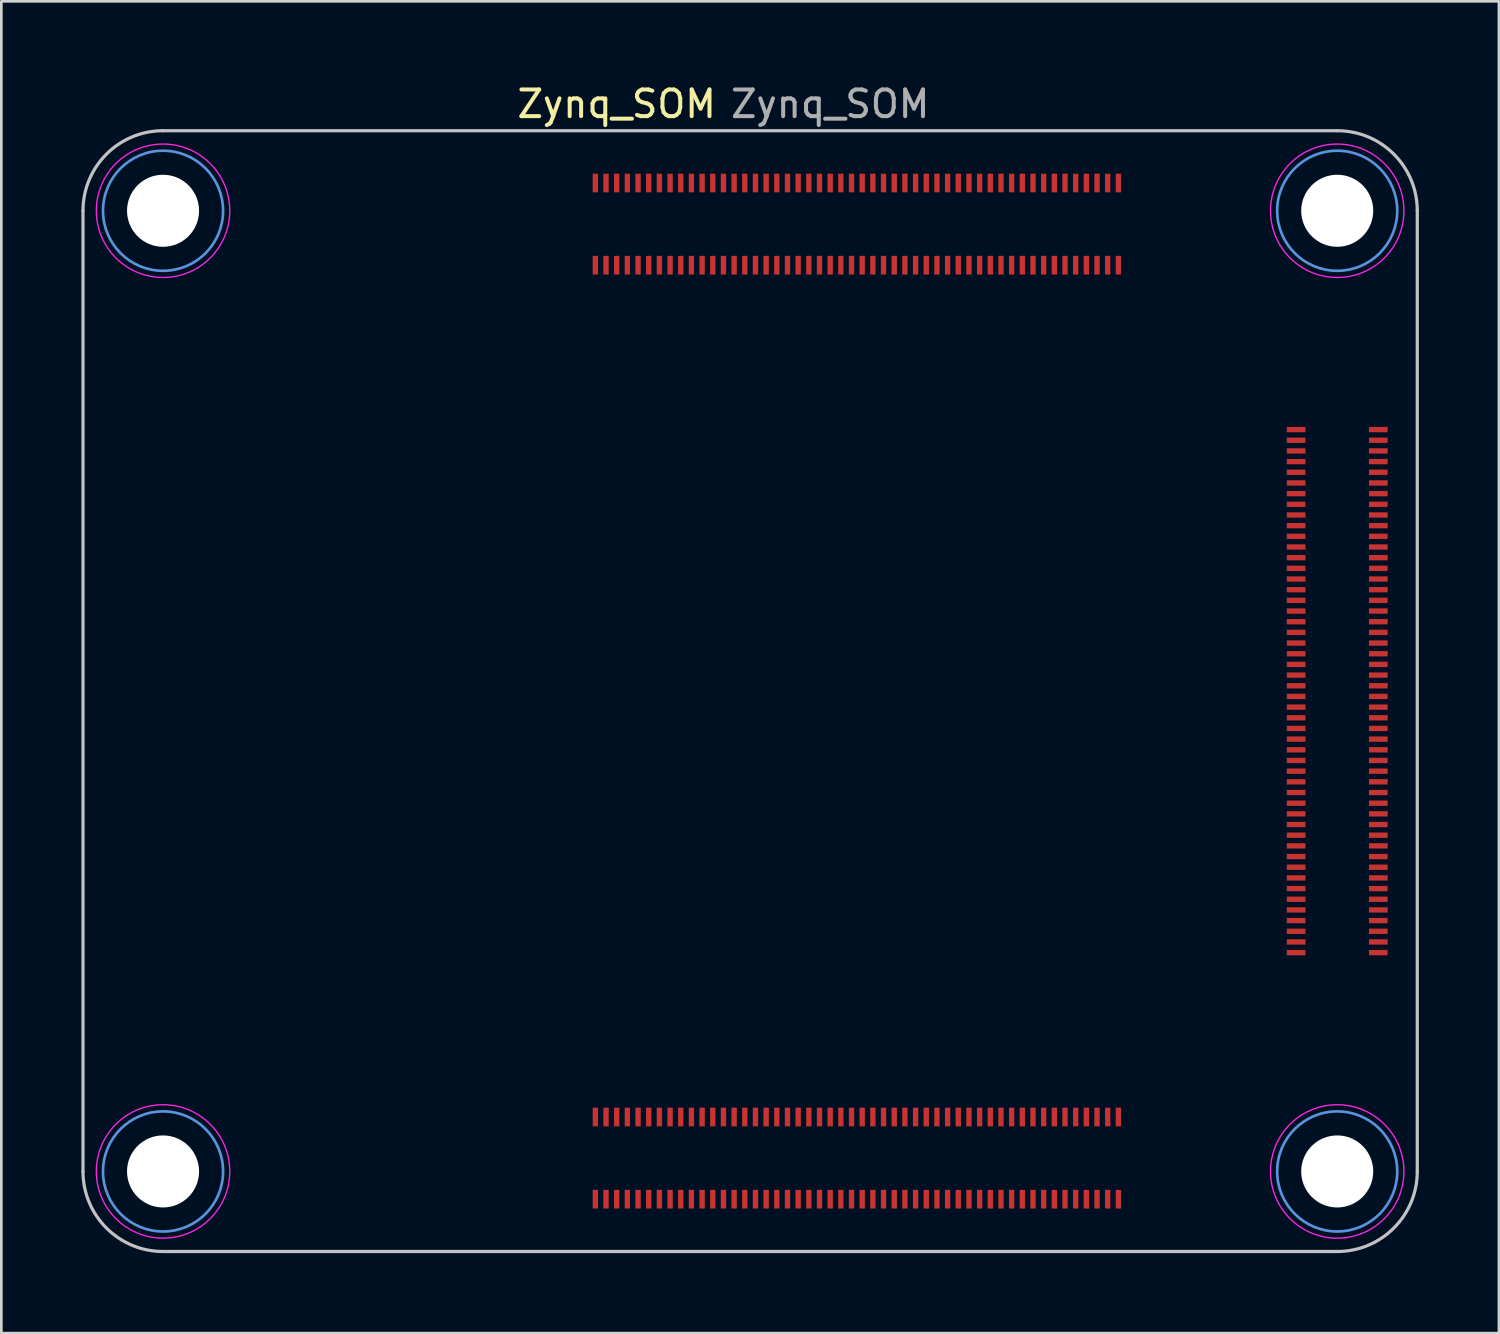
<source format=kicad_pcb>
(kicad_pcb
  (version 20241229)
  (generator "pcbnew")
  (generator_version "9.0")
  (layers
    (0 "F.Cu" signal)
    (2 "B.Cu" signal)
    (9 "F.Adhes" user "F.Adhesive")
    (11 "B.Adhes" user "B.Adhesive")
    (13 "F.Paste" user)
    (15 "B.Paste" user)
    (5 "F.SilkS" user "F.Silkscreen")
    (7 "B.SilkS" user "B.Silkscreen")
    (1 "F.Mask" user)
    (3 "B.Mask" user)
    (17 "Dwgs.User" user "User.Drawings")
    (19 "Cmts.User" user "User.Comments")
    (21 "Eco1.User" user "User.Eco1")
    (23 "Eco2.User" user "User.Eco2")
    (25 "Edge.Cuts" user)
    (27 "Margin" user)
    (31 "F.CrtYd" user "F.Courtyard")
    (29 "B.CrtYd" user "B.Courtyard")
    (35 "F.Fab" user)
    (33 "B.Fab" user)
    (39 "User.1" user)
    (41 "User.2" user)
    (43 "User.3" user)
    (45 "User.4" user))
  (footprint "Zynq_SOM"
    (layer "F.Cu")
    (at 29.06 22.848)
    (property "Reference" "Zynq_SOM" (at -9 -22 0) (unlocked yes) (layer "F.SilkS") (effects (font (size 1 1) (thickness 0.15))))
    (attr smd)
    (fp_circle (center -26 -18) (end -23.5 -18) (stroke (width 0.01) (type solid)) (fill yes) (layer "F.Mask"))
    (fp_circle (center -26 18) (end -23.5 18) (stroke (width 0.01) (type solid)) (fill yes) (layer "F.Mask"))
    (fp_circle (center 18 -18) (end 20.5 -18) (stroke (width 0.01) (type solid)) (fill yes) (layer "F.Mask"))
    (fp_circle (center 18 18) (end 20.5 18) (stroke (width 0.01) (type solid)) (fill yes) (layer "F.Mask"))
    (fp_circle (center -26 -18) (end -23.5 -18) (stroke (width 0.01) (type solid)) (fill yes) (layer "B.Mask"))
    (fp_circle (center -26 18) (end -23.5 18) (stroke (width 0.01) (type solid)) (fill yes) (layer "B.Mask"))
    (fp_circle (center 18 -18) (end 20.5 -18) (stroke (width 0.01) (type solid)) (fill yes) (layer "B.Mask"))
    (fp_circle (center 18 18) (end 20.5 18) (stroke (width 0.01) (type solid)) (fill yes) (layer "B.Mask"))
    (fp_line (start -29 18) (end -29 -18) (stroke (width 0.12) (type default)) (layer "Dwgs.User"))
    (fp_line (start -26 -21) (end 18 -21) (stroke (width 0.12) (type default)) (layer "Dwgs.User"))
    (fp_line (start -26 21) (end 18 21) (stroke (width 0.12) (type default)) (layer "Dwgs.User"))
    (fp_line (start 21 18) (end 21 -18) (stroke (width 0.12) (type default)) (layer "Dwgs.User"))
    (fp_arc (start -29 -18) (mid -28.12132 -20.12132) (end -26 -21) (stroke (width 0.12) (type default)) (layer "Dwgs.User"))
    (fp_arc (start -26 21.000002) (mid -28.12132 20.121322) (end -29 18.000002) (stroke (width 0.12) (type default)) (layer "Dwgs.User"))
    (fp_arc (start 18.000002 -21) (mid 20.121322 -20.12132) (end 21.000002 -18) (stroke (width 0.12) (type default)) (layer "Dwgs.User"))
    (fp_arc (start 21.000002 18.000002) (mid 20.121322 20.121322) (end 18.000002 21.000002) (stroke (width 0.12) (type default)) (layer "Dwgs.User"))
    (fp_circle (center -26 -18) (end -23.75 -18) (stroke (width 0.1) (type solid)) (fill no) (layer "Cmts.User"))
    (fp_circle (center -26 18) (end -23.75 18) (stroke (width 0.1) (type solid)) (fill no) (layer "Cmts.User"))
    (fp_circle (center 18 -18) (end 20.25 -18) (stroke (width 0.1) (type solid)) (fill no) (layer "Cmts.User"))
    (fp_circle (center 18 18) (end 20.25 18) (stroke (width 0.1) (type solid)) (fill no) (layer "Cmts.User"))
    (fp_circle (center -26 -18) (end -23.5 -18) (stroke (width 0.05) (type solid)) (fill no) (layer "F.CrtYd"))
    (fp_circle (center -26 18) (end -23.5 18) (stroke (width 0.05) (type solid)) (fill no) (layer "F.CrtYd"))
    (fp_circle (center 18 -18) (end 20.5 -18) (stroke (width 0.05) (type solid)) (fill no) (layer "F.CrtYd"))
    (fp_circle (center 18 18) (end 20.5 18) (stroke (width 0.05) (type solid)) (fill no) (layer "F.CrtYd"))
    (fp_text user "${REFERENCE}" (at -1 -22 0) (unlocked yes) (layer "F.Fab") (effects (font (size 1 1) (thickness 0.15))))
    (pad "" np_thru_hole circle (at -26 -18) (size 2.7 2.7) (drill 2.7) (layers "*.Cu" "*.Mask"))
    (pad "" np_thru_hole circle (at -26 18) (size 2.7 2.7) (drill 2.7) (layers "*.Cu" "*.Mask"))
    (pad "" np_thru_hole circle (at 18 -18) (size 2.7 2.7) (drill 2.7) (layers "*.Cu" "*.Mask"))
    (pad "" np_thru_hole circle (at 18 18) (size 2.7 2.7) (drill 2.7) (layers "*.Cu" "*.Mask"))
    (pad "1" smd rect (at 9.8 -19.04) (size 0.2 0.7) (layers "F.Cu" "F.Mask"))
    (pad "1" smd rect (at 9.8 15.96) (size 0.2 0.7) (layers "F.Cu" "F.Mask"))
    (pad "1" smd rect (at 16.46 -9.8 90) (size 0.2 0.7) (layers "F.Cu" "F.Mask"))
    (pad "2" smd rect (at 9.8 -15.96) (size 0.2 0.7) (layers "F.Cu" "F.Mask"))
    (pad "2" smd rect (at 9.8 19.04) (size 0.2 0.7) (layers "F.Cu" "F.Mask"))
    (pad "2" smd rect (at 19.54 -9.8 90) (size 0.2 0.7) (layers "F.Cu" "F.Mask"))
    (pad "3" smd rect (at 9.4 -19.04) (size 0.2 0.7) (layers "F.Cu" "F.Mask"))
    (pad "3" smd rect (at 9.4 15.96) (size 0.2 0.7) (layers "F.Cu" "F.Mask"))
    (pad "3" smd rect (at 16.46 -9.4 90) (size 0.2 0.7) (layers "F.Cu" "F.Mask"))
    (pad "4" smd rect (at 9.4 -15.96) (size 0.2 0.7) (layers "F.Cu" "F.Mask"))
    (pad "4" smd rect (at 9.4 19.04) (size 0.2 0.7) (layers "F.Cu" "F.Mask"))
    (pad "4" smd rect (at 19.54 -9.4 90) (size 0.2 0.7) (layers "F.Cu" "F.Mask"))
    (pad "5" smd rect (at 9 -19.04) (size 0.2 0.7) (layers "F.Cu" "F.Mask"))
    (pad "5" smd rect (at 9 15.96) (size 0.2 0.7) (layers "F.Cu" "F.Mask"))
    (pad "5" smd rect (at 16.46 -9 90) (size 0.2 0.7) (layers "F.Cu" "F.Mask"))
    (pad "6" smd rect (at 9 -15.96) (size 0.2 0.7) (layers "F.Cu" "F.Mask"))
    (pad "6" smd rect (at 9 19.04) (size 0.2 0.7) (layers "F.Cu" "F.Mask"))
    (pad "6" smd rect (at 19.54 -9 90) (size 0.2 0.7) (layers "F.Cu" "F.Mask"))
    (pad "7" smd rect (at 8.6 -19.04) (size 0.2 0.7) (layers "F.Cu" "F.Mask"))
    (pad "7" smd rect (at 8.6 15.96) (size 0.2 0.7) (layers "F.Cu" "F.Mask"))
    (pad "7" smd rect (at 16.46 -8.6 90) (size 0.2 0.7) (layers "F.Cu" "F.Mask"))
    (pad "8" smd rect (at 8.6 -15.96) (size 0.2 0.7) (layers "F.Cu" "F.Mask"))
    (pad "8" smd rect (at 8.6 19.04) (size 0.2 0.7) (layers "F.Cu" "F.Mask"))
    (pad "8" smd rect (at 19.54 -8.6 90) (size 0.2 0.7) (layers "F.Cu" "F.Mask"))
    (pad "9" smd rect (at 8.2 -19.04) (size 0.2 0.7) (layers "F.Cu" "F.Mask"))
    (pad "9" smd rect (at 8.2 15.96) (size 0.2 0.7) (layers "F.Cu" "F.Mask"))
    (pad "9" smd rect (at 16.46 -8.2 90) (size 0.2 0.7) (layers "F.Cu" "F.Mask"))
    (pad "10" smd rect (at 8.2 -15.96) (size 0.2 0.7) (layers "F.Cu" "F.Mask"))
    (pad "10" smd rect (at 8.2 19.04) (size 0.2 0.7) (layers "F.Cu" "F.Mask"))
    (pad "10" smd rect (at 19.54 -8.2 90) (size 0.2 0.7) (layers "F.Cu" "F.Mask"))
    (pad "11" smd rect (at 7.8 -19.04) (size 0.2 0.7) (layers "F.Cu" "F.Mask"))
    (pad "11" smd rect (at 7.8 15.96) (size 0.2 0.7) (layers "F.Cu" "F.Mask"))
    (pad "11" smd rect (at 16.46 -7.8 90) (size 0.2 0.7) (layers "F.Cu" "F.Mask"))
    (pad "12" smd rect (at 7.8 -15.96) (size 0.2 0.7) (layers "F.Cu" "F.Mask"))
    (pad "12" smd rect (at 7.8 19.04) (size 0.2 0.7) (layers "F.Cu" "F.Mask"))
    (pad "12" smd rect (at 19.54 -7.8 90) (size 0.2 0.7) (layers "F.Cu" "F.Mask"))
    (pad "13" smd rect (at 7.4 -19.04) (size 0.2 0.7) (layers "F.Cu" "F.Mask"))
    (pad "13" smd rect (at 7.4 15.96) (size 0.2 0.7) (layers "F.Cu" "F.Mask"))
    (pad "13" smd rect (at 16.46 -7.4 90) (size 0.2 0.7) (layers "F.Cu" "F.Mask"))
    (pad "14" smd rect (at 7.4 -15.96) (size 0.2 0.7) (layers "F.Cu" "F.Mask"))
    (pad "14" smd rect (at 7.4 19.04) (size 0.2 0.7) (layers "F.Cu" "F.Mask"))
    (pad "14" smd rect (at 19.54 -7.4 90) (size 0.2 0.7) (layers "F.Cu" "F.Mask"))
    (pad "15" smd rect (at 7 -19.04) (size 0.2 0.7) (layers "F.Cu" "F.Mask"))
    (pad "15" smd rect (at 7 15.96) (size 0.2 0.7) (layers "F.Cu" "F.Mask"))
    (pad "15" smd rect (at 16.46 -7 90) (size 0.2 0.7) (layers "F.Cu" "F.Mask"))
    (pad "16" smd rect (at 7 -15.96) (size 0.2 0.7) (layers "F.Cu" "F.Mask"))
    (pad "16" smd rect (at 7 19.04) (size 0.2 0.7) (layers "F.Cu" "F.Mask"))
    (pad "16" smd rect (at 19.54 -7 90) (size 0.2 0.7) (layers "F.Cu" "F.Mask"))
    (pad "17" smd rect (at 6.6 -19.04) (size 0.2 0.7) (layers "F.Cu" "F.Mask"))
    (pad "17" smd rect (at 6.6 15.96) (size 0.2 0.7) (layers "F.Cu" "F.Mask"))
    (pad "17" smd rect (at 16.46 -6.6 90) (size 0.2 0.7) (layers "F.Cu" "F.Mask"))
    (pad "18" smd rect (at 6.6 -15.96) (size 0.2 0.7) (layers "F.Cu" "F.Mask"))
    (pad "18" smd rect (at 6.6 19.04) (size 0.2 0.7) (layers "F.Cu" "F.Mask"))
    (pad "18" smd rect (at 19.54 -6.6 90) (size 0.2 0.7) (layers "F.Cu" "F.Mask"))
    (pad "19" smd rect (at 6.2 -19.04) (size 0.2 0.7) (layers "F.Cu" "F.Mask"))
    (pad "19" smd rect (at 6.2 15.96) (size 0.2 0.7) (layers "F.Cu" "F.Mask"))
    (pad "19" smd rect (at 16.46 -6.2 90) (size 0.2 0.7) (layers "F.Cu" "F.Mask"))
    (pad "20" smd rect (at 6.2 -15.96) (size 0.2 0.7) (layers "F.Cu" "F.Mask"))
    (pad "20" smd rect (at 6.2 19.04) (size 0.2 0.7) (layers "F.Cu" "F.Mask"))
    (pad "20" smd rect (at 19.54 -6.2 90) (size 0.2 0.7) (layers "F.Cu" "F.Mask"))
    (pad "21" smd rect (at 5.8 -19.04) (size 0.2 0.7) (layers "F.Cu" "F.Mask"))
    (pad "21" smd rect (at 5.8 15.96) (size 0.2 0.7) (layers "F.Cu" "F.Mask"))
    (pad "21" smd rect (at 16.46 -5.8 90) (size 0.2 0.7) (layers "F.Cu" "F.Mask"))
    (pad "22" smd rect (at 5.8 -15.96) (size 0.2 0.7) (layers "F.Cu" "F.Mask"))
    (pad "22" smd rect (at 5.8 19.04) (size 0.2 0.7) (layers "F.Cu" "F.Mask"))
    (pad "22" smd rect (at 19.54 -5.8 90) (size 0.2 0.7) (layers "F.Cu" "F.Mask"))
    (pad "23" smd rect (at 5.4 -19.04) (size 0.2 0.7) (layers "F.Cu" "F.Mask"))
    (pad "23" smd rect (at 5.4 15.96) (size 0.2 0.7) (layers "F.Cu" "F.Mask"))
    (pad "23" smd rect (at 16.46 -5.4 90) (size 0.2 0.7) (layers "F.Cu" "F.Mask"))
    (pad "24" smd rect (at 5.4 -15.96) (size 0.2 0.7) (layers "F.Cu" "F.Mask"))
    (pad "24" smd rect (at 5.4 19.04) (size 0.2 0.7) (layers "F.Cu" "F.Mask"))
    (pad "24" smd rect (at 19.54 -5.4 90) (size 0.2 0.7) (layers "F.Cu" "F.Mask"))
    (pad "25" smd rect (at 5 -19.04) (size 0.2 0.7) (layers "F.Cu" "F.Mask"))
    (pad "25" smd rect (at 5 15.96) (size 0.2 0.7) (layers "F.Cu" "F.Mask"))
    (pad "25" smd rect (at 16.46 -5 90) (size 0.2 0.7) (layers "F.Cu" "F.Mask"))
    (pad "26" smd rect (at 5 -15.96) (size 0.2 0.7) (layers "F.Cu" "F.Mask"))
    (pad "26" smd rect (at 5 19.04) (size 0.2 0.7) (layers "F.Cu" "F.Mask"))
    (pad "26" smd rect (at 19.54 -5 90) (size 0.2 0.7) (layers "F.Cu" "F.Mask"))
    (pad "27" smd rect (at 4.6 -19.04) (size 0.2 0.7) (layers "F.Cu" "F.Mask"))
    (pad "27" smd rect (at 4.6 15.96) (size 0.2 0.7) (layers "F.Cu" "F.Mask"))
    (pad "27" smd rect (at 16.46 -4.6 90) (size 0.2 0.7) (layers "F.Cu" "F.Mask"))
    (pad "28" smd rect (at 4.6 -15.96) (size 0.2 0.7) (layers "F.Cu" "F.Mask"))
    (pad "28" smd rect (at 4.6 19.04) (size 0.2 0.7) (layers "F.Cu" "F.Mask"))
    (pad "28" smd rect (at 19.54 -4.6 90) (size 0.2 0.7) (layers "F.Cu" "F.Mask"))
    (pad "29" smd rect (at 4.2 -19.04) (size 0.2 0.7) (layers "F.Cu" "F.Mask"))
    (pad "29" smd rect (at 4.2 15.96) (size 0.2 0.7) (layers "F.Cu" "F.Mask"))
    (pad "29" smd rect (at 16.46 -4.2 90) (size 0.2 0.7) (layers "F.Cu" "F.Mask"))
    (pad "30" smd rect (at 4.2 -15.96) (size 0.2 0.7) (layers "F.Cu" "F.Mask"))
    (pad "30" smd rect (at 4.2 19.04) (size 0.2 0.7) (layers "F.Cu" "F.Mask"))
    (pad "30" smd rect (at 19.54 -4.2 90) (size 0.2 0.7) (layers "F.Cu" "F.Mask"))
    (pad "31" smd rect (at 3.8 -19.04) (size 0.2 0.7) (layers "F.Cu" "F.Mask"))
    (pad "31" smd rect (at 3.8 15.96) (size 0.2 0.7) (layers "F.Cu" "F.Mask"))
    (pad "31" smd rect (at 16.46 -3.8 90) (size 0.2 0.7) (layers "F.Cu" "F.Mask"))
    (pad "32" smd rect (at 3.8 -15.96) (size 0.2 0.7) (layers "F.Cu" "F.Mask"))
    (pad "32" smd rect (at 3.8 19.04) (size 0.2 0.7) (layers "F.Cu" "F.Mask"))
    (pad "32" smd rect (at 19.54 -3.8 90) (size 0.2 0.7) (layers "F.Cu" "F.Mask"))
    (pad "33" smd rect (at 3.4 -19.04) (size 0.2 0.7) (layers "F.Cu" "F.Mask"))
    (pad "33" smd rect (at 3.4 15.96) (size 0.2 0.7) (layers "F.Cu" "F.Mask"))
    (pad "33" smd rect (at 16.46 -3.4 90) (size 0.2 0.7) (layers "F.Cu" "F.Mask"))
    (pad "34" smd rect (at 3.4 -15.96) (size 0.2 0.7) (layers "F.Cu" "F.Mask"))
    (pad "34" smd rect (at 3.4 19.04) (size 0.2 0.7) (layers "F.Cu" "F.Mask"))
    (pad "34" smd rect (at 19.54 -3.4 90) (size 0.2 0.7) (layers "F.Cu" "F.Mask"))
    (pad "35" smd rect (at 3 -19.04) (size 0.2 0.7) (layers "F.Cu" "F.Mask"))
    (pad "35" smd rect (at 3 15.96) (size 0.2 0.7) (layers "F.Cu" "F.Mask"))
    (pad "35" smd rect (at 16.46 -3 90) (size 0.2 0.7) (layers "F.Cu" "F.Mask"))
    (pad "36" smd rect (at 3 -15.96) (size 0.2 0.7) (layers "F.Cu" "F.Mask"))
    (pad "36" smd rect (at 3 19.04) (size 0.2 0.7) (layers "F.Cu" "F.Mask"))
    (pad "36" smd rect (at 19.54 -3 90) (size 0.2 0.7) (layers "F.Cu" "F.Mask"))
    (pad "37" smd rect (at 2.6 -19.04) (size 0.2 0.7) (layers "F.Cu" "F.Mask"))
    (pad "37" smd rect (at 2.6 15.96) (size 0.2 0.7) (layers "F.Cu" "F.Mask"))
    (pad "37" smd rect (at 16.46 -2.6 90) (size 0.2 0.7) (layers "F.Cu" "F.Mask"))
    (pad "38" smd rect (at 2.6 -15.96) (size 0.2 0.7) (layers "F.Cu" "F.Mask"))
    (pad "38" smd rect (at 2.6 19.04) (size 0.2 0.7) (layers "F.Cu" "F.Mask"))
    (pad "38" smd rect (at 19.54 -2.6 90) (size 0.2 0.7) (layers "F.Cu" "F.Mask"))
    (pad "39" smd rect (at 2.2 -19.04) (size 0.2 0.7) (layers "F.Cu" "F.Mask"))
    (pad "39" smd rect (at 2.2 15.96) (size 0.2 0.7) (layers "F.Cu" "F.Mask"))
    (pad "39" smd rect (at 16.46 -2.2 90) (size 0.2 0.7) (layers "F.Cu" "F.Mask"))
    (pad "40" smd rect (at 2.2 -15.96) (size 0.2 0.7) (layers "F.Cu" "F.Mask"))
    (pad "40" smd rect (at 2.2 19.04) (size 0.2 0.7) (layers "F.Cu" "F.Mask"))
    (pad "40" smd rect (at 19.54 -2.2 90) (size 0.2 0.7) (layers "F.Cu" "F.Mask"))
    (pad "41" smd rect (at 1.8 -19.04) (size 0.2 0.7) (layers "F.Cu" "F.Mask"))
    (pad "41" smd rect (at 1.8 15.96) (size 0.2 0.7) (layers "F.Cu" "F.Mask"))
    (pad "41" smd rect (at 16.46 -1.8 90) (size 0.2 0.7) (layers "F.Cu" "F.Mask"))
    (pad "42" smd rect (at 1.8 -15.96) (size 0.2 0.7) (layers "F.Cu" "F.Mask"))
    (pad "42" smd rect (at 1.8 19.04) (size 0.2 0.7) (layers "F.Cu" "F.Mask"))
    (pad "42" smd rect (at 19.54 -1.8 90) (size 0.2 0.7) (layers "F.Cu" "F.Mask"))
    (pad "43" smd rect (at 1.4 -19.04) (size 0.2 0.7) (layers "F.Cu" "F.Mask"))
    (pad "43" smd rect (at 1.4 15.96) (size 0.2 0.7) (layers "F.Cu" "F.Mask"))
    (pad "43" smd rect (at 16.46 -1.4 90) (size 0.2 0.7) (layers "F.Cu" "F.Mask"))
    (pad "44" smd rect (at 1.4 -15.96) (size 0.2 0.7) (layers "F.Cu" "F.Mask"))
    (pad "44" smd rect (at 1.4 19.04) (size 0.2 0.7) (layers "F.Cu" "F.Mask"))
    (pad "44" smd rect (at 19.54 -1.4 90) (size 0.2 0.7) (layers "F.Cu" "F.Mask"))
    (pad "45" smd rect (at 1 -19.04) (size 0.2 0.7) (layers "F.Cu" "F.Mask"))
    (pad "45" smd rect (at 1 15.96) (size 0.2 0.7) (layers "F.Cu" "F.Mask"))
    (pad "45" smd rect (at 16.46 -1 90) (size 0.2 0.7) (layers "F.Cu" "F.Mask"))
    (pad "46" smd rect (at 1 -15.96) (size 0.2 0.7) (layers "F.Cu" "F.Mask"))
    (pad "46" smd rect (at 1 19.04) (size 0.2 0.7) (layers "F.Cu" "F.Mask"))
    (pad "46" smd rect (at 19.54 -1 90) (size 0.2 0.7) (layers "F.Cu" "F.Mask"))
    (pad "47" smd rect (at 0.6 -19.04) (size 0.2 0.7) (layers "F.Cu" "F.Mask"))
    (pad "47" smd rect (at 0.6 15.96) (size 0.2 0.7) (layers "F.Cu" "F.Mask"))
    (pad "47" smd rect (at 16.46 -0.6 90) (size 0.2 0.7) (layers "F.Cu" "F.Mask"))
    (pad "48" smd rect (at 0.6 -15.96) (size 0.2 0.7) (layers "F.Cu" "F.Mask"))
    (pad "48" smd rect (at 0.6 19.04) (size 0.2 0.7) (layers "F.Cu" "F.Mask"))
    (pad "48" smd rect (at 19.54 -0.6 90) (size 0.2 0.7) (layers "F.Cu" "F.Mask"))
    (pad "49" smd rect (at 0.2 -19.04) (size 0.2 0.7) (layers "F.Cu" "F.Mask"))
    (pad "49" smd rect (at 0.2 15.96) (size 0.2 0.7) (layers "F.Cu" "F.Mask"))
    (pad "49" smd rect (at 16.46 -0.2 90) (size 0.2 0.7) (layers "F.Cu" "F.Mask"))
    (pad "50" smd rect (at 0.2 -15.96) (size 0.2 0.7) (layers "F.Cu" "F.Mask"))
    (pad "50" smd rect (at 0.2 19.04) (size 0.2 0.7) (layers "F.Cu" "F.Mask"))
    (pad "50" smd rect (at 19.54 -0.2 90) (size 0.2 0.7) (layers "F.Cu" "F.Mask"))
    (pad "51" smd rect (at -0.2 -19.04) (size 0.2 0.7) (layers "F.Cu" "F.Mask"))
    (pad "51" smd rect (at -0.2 15.96) (size 0.2 0.7) (layers "F.Cu" "F.Mask"))
    (pad "51" smd rect (at 16.46 0.2 90) (size 0.2 0.7) (layers "F.Cu" "F.Mask"))
    (pad "52" smd rect (at -0.2 -15.96) (size 0.2 0.7) (layers "F.Cu" "F.Mask"))
    (pad "52" smd rect (at -0.2 19.04) (size 0.2 0.7) (layers "F.Cu" "F.Mask"))
    (pad "52" smd rect (at 19.54 0.2 90) (size 0.2 0.7) (layers "F.Cu" "F.Mask"))
    (pad "53" smd rect (at -0.6 -19.04) (size 0.2 0.7) (layers "F.Cu" "F.Mask"))
    (pad "53" smd rect (at -0.6 15.96) (size 0.2 0.7) (layers "F.Cu" "F.Mask"))
    (pad "53" smd rect (at 16.46 0.6 90) (size 0.2 0.7) (layers "F.Cu" "F.Mask"))
    (pad "54" smd rect (at -0.6 -15.96) (size 0.2 0.7) (layers "F.Cu" "F.Mask"))
    (pad "54" smd rect (at -0.6 19.04) (size 0.2 0.7) (layers "F.Cu" "F.Mask"))
    (pad "54" smd rect (at 19.54 0.6 90) (size 0.2 0.7) (layers "F.Cu" "F.Mask"))
    (pad "55" smd rect (at -1 -19.04) (size 0.2 0.7) (layers "F.Cu" "F.Mask"))
    (pad "55" smd rect (at -1 15.96) (size 0.2 0.7) (layers "F.Cu" "F.Mask"))
    (pad "55" smd rect (at 16.46 1 90) (size 0.2 0.7) (layers "F.Cu" "F.Mask"))
    (pad "56" smd rect (at -1 -15.96) (size 0.2 0.7) (layers "F.Cu" "F.Mask"))
    (pad "56" smd rect (at -1 19.04) (size 0.2 0.7) (layers "F.Cu" "F.Mask"))
    (pad "56" smd rect (at 19.54 1 90) (size 0.2 0.7) (layers "F.Cu" "F.Mask"))
    (pad "57" smd rect (at -1.4 -19.04) (size 0.2 0.7) (layers "F.Cu" "F.Mask"))
    (pad "57" smd rect (at -1.4 15.96) (size 0.2 0.7) (layers "F.Cu" "F.Mask"))
    (pad "57" smd rect (at 16.46 1.4 90) (size 0.2 0.7) (layers "F.Cu" "F.Mask"))
    (pad "58" smd rect (at -1.4 -15.96) (size 0.2 0.7) (layers "F.Cu" "F.Mask"))
    (pad "58" smd rect (at -1.4 19.04) (size 0.2 0.7) (layers "F.Cu" "F.Mask"))
    (pad "58" smd rect (at 19.54 1.4 90) (size 0.2 0.7) (layers "F.Cu" "F.Mask"))
    (pad "59" smd rect (at -1.8 -19.04) (size 0.2 0.7) (layers "F.Cu" "F.Mask"))
    (pad "59" smd rect (at -1.8 15.96) (size 0.2 0.7) (layers "F.Cu" "F.Mask"))
    (pad "59" smd rect (at 16.46 1.8 90) (size 0.2 0.7) (layers "F.Cu" "F.Mask"))
    (pad "60" smd rect (at -1.8 -15.96) (size 0.2 0.7) (layers "F.Cu" "F.Mask"))
    (pad "60" smd rect (at -1.8 19.04) (size 0.2 0.7) (layers "F.Cu" "F.Mask"))
    (pad "60" smd rect (at 19.54 1.8 90) (size 0.2 0.7) (layers "F.Cu" "F.Mask"))
    (pad "61" smd rect (at -2.2 -19.04) (size 0.2 0.7) (layers "F.Cu" "F.Mask"))
    (pad "61" smd rect (at -2.2 15.96) (size 0.2 0.7) (layers "F.Cu" "F.Mask"))
    (pad "61" smd rect (at 16.46 2.2 90) (size 0.2 0.7) (layers "F.Cu" "F.Mask"))
    (pad "62" smd rect (at -2.2 -15.96) (size 0.2 0.7) (layers "F.Cu" "F.Mask"))
    (pad "62" smd rect (at -2.2 19.04) (size 0.2 0.7) (layers "F.Cu" "F.Mask"))
    (pad "62" smd rect (at 19.54 2.2 90) (size 0.2 0.7) (layers "F.Cu" "F.Mask"))
    (pad "63" smd rect (at -2.6 -19.04) (size 0.2 0.7) (layers "F.Cu" "F.Mask"))
    (pad "63" smd rect (at -2.6 15.96) (size 0.2 0.7) (layers "F.Cu" "F.Mask"))
    (pad "63" smd rect (at 16.46 2.6 90) (size 0.2 0.7) (layers "F.Cu" "F.Mask"))
    (pad "64" smd rect (at -2.6 -15.96) (size 0.2 0.7) (layers "F.Cu" "F.Mask"))
    (pad "64" smd rect (at -2.6 19.04) (size 0.2 0.7) (layers "F.Cu" "F.Mask"))
    (pad "64" smd rect (at 19.54 2.6 90) (size 0.2 0.7) (layers "F.Cu" "F.Mask"))
    (pad "65" smd rect (at -3 -19.04) (size 0.2 0.7) (layers "F.Cu" "F.Mask"))
    (pad "65" smd rect (at -3 15.96) (size 0.2 0.7) (layers "F.Cu" "F.Mask"))
    (pad "65" smd rect (at 16.46 3 90) (size 0.2 0.7) (layers "F.Cu" "F.Mask"))
    (pad "66" smd rect (at -3 -15.96) (size 0.2 0.7) (layers "F.Cu" "F.Mask"))
    (pad "66" smd rect (at -3 19.04) (size 0.2 0.7) (layers "F.Cu" "F.Mask"))
    (pad "66" smd rect (at 19.54 3 90) (size 0.2 0.7) (layers "F.Cu" "F.Mask"))
    (pad "67" smd rect (at -3.4 -19.04) (size 0.2 0.7) (layers "F.Cu" "F.Mask"))
    (pad "67" smd rect (at -3.4 15.96) (size 0.2 0.7) (layers "F.Cu" "F.Mask"))
    (pad "67" smd rect (at 16.46 3.4 90) (size 0.2 0.7) (layers "F.Cu" "F.Mask"))
    (pad "68" smd rect (at -3.4 -15.96) (size 0.2 0.7) (layers "F.Cu" "F.Mask"))
    (pad "68" smd rect (at -3.4 19.04) (size 0.2 0.7) (layers "F.Cu" "F.Mask"))
    (pad "68" smd rect (at 19.54 3.4 90) (size 0.2 0.7) (layers "F.Cu" "F.Mask"))
    (pad "69" smd rect (at -3.8 -19.04) (size 0.2 0.7) (layers "F.Cu" "F.Mask"))
    (pad "69" smd rect (at -3.8 15.96) (size 0.2 0.7) (layers "F.Cu" "F.Mask"))
    (pad "69" smd rect (at 16.46 3.8 90) (size 0.2 0.7) (layers "F.Cu" "F.Mask"))
    (pad "70" smd rect (at -3.8 -15.96) (size 0.2 0.7) (layers "F.Cu" "F.Mask"))
    (pad "70" smd rect (at -3.8 19.04) (size 0.2 0.7) (layers "F.Cu" "F.Mask"))
    (pad "70" smd rect (at 19.54 3.8 90) (size 0.2 0.7) (layers "F.Cu" "F.Mask"))
    (pad "71" smd rect (at -4.2 -19.04) (size 0.2 0.7) (layers "F.Cu" "F.Mask"))
    (pad "71" smd rect (at -4.2 15.96) (size 0.2 0.7) (layers "F.Cu" "F.Mask"))
    (pad "71" smd rect (at 16.46 4.2 90) (size 0.2 0.7) (layers "F.Cu" "F.Mask"))
    (pad "72" smd rect (at -4.2 -15.96) (size 0.2 0.7) (layers "F.Cu" "F.Mask"))
    (pad "72" smd rect (at -4.2 19.04) (size 0.2 0.7) (layers "F.Cu" "F.Mask"))
    (pad "72" smd rect (at 19.54 4.2 90) (size 0.2 0.7) (layers "F.Cu" "F.Mask"))
    (pad "73" smd rect (at -4.6 -19.04) (size 0.2 0.7) (layers "F.Cu" "F.Mask"))
    (pad "73" smd rect (at -4.6 15.96) (size 0.2 0.7) (layers "F.Cu" "F.Mask"))
    (pad "73" smd rect (at 16.46 4.6 90) (size 0.2 0.7) (layers "F.Cu" "F.Mask"))
    (pad "74" smd rect (at -4.6 -15.96) (size 0.2 0.7) (layers "F.Cu" "F.Mask"))
    (pad "74" smd rect (at -4.6 19.04) (size 0.2 0.7) (layers "F.Cu" "F.Mask"))
    (pad "74" smd rect (at 19.54 4.6 90) (size 0.2 0.7) (layers "F.Cu" "F.Mask"))
    (pad "75" smd rect (at -5 -19.04) (size 0.2 0.7) (layers "F.Cu" "F.Mask"))
    (pad "75" smd rect (at -5 15.96) (size 0.2 0.7) (layers "F.Cu" "F.Mask"))
    (pad "75" smd rect (at 16.46 5 90) (size 0.2 0.7) (layers "F.Cu" "F.Mask"))
    (pad "76" smd rect (at -5 -15.96) (size 0.2 0.7) (layers "F.Cu" "F.Mask"))
    (pad "76" smd rect (at -5 19.04) (size 0.2 0.7) (layers "F.Cu" "F.Mask"))
    (pad "76" smd rect (at 19.54 5 90) (size 0.2 0.7) (layers "F.Cu" "F.Mask"))
    (pad "77" smd rect (at -5.4 -19.04) (size 0.2 0.7) (layers "F.Cu" "F.Mask"))
    (pad "77" smd rect (at -5.4 15.96) (size 0.2 0.7) (layers "F.Cu" "F.Mask"))
    (pad "77" smd rect (at 16.46 5.4 90) (size 0.2 0.7) (layers "F.Cu" "F.Mask"))
    (pad "78" smd rect (at -5.4 -15.96) (size 0.2 0.7) (layers "F.Cu" "F.Mask"))
    (pad "78" smd rect (at -5.4 19.04) (size 0.2 0.7) (layers "F.Cu" "F.Mask"))
    (pad "78" smd rect (at 19.54 5.4 90) (size 0.2 0.7) (layers "F.Cu" "F.Mask"))
    (pad "79" smd rect (at -5.8 -19.04) (size 0.2 0.7) (layers "F.Cu" "F.Mask"))
    (pad "79" smd rect (at -5.8 15.96) (size 0.2 0.7) (layers "F.Cu" "F.Mask"))
    (pad "79" smd rect (at 16.46 5.8 90) (size 0.2 0.7) (layers "F.Cu" "F.Mask"))
    (pad "80" smd rect (at -5.8 -15.96) (size 0.2 0.7) (layers "F.Cu" "F.Mask"))
    (pad "80" smd rect (at -5.8 19.04) (size 0.2 0.7) (layers "F.Cu" "F.Mask"))
    (pad "80" smd rect (at 19.54 5.8 90) (size 0.2 0.7) (layers "F.Cu" "F.Mask"))
    (pad "81" smd rect (at -6.2 -19.04) (size 0.2 0.7) (layers "F.Cu" "F.Mask"))
    (pad "81" smd rect (at -6.2 15.96) (size 0.2 0.7) (layers "F.Cu" "F.Mask"))
    (pad "81" smd rect (at 16.46 6.2 90) (size 0.2 0.7) (layers "F.Cu" "F.Mask"))
    (pad "82" smd rect (at -6.2 -15.96) (size 0.2 0.7) (layers "F.Cu" "F.Mask"))
    (pad "82" smd rect (at -6.2 19.04) (size 0.2 0.7) (layers "F.Cu" "F.Mask"))
    (pad "82" smd rect (at 19.54 6.2 90) (size 0.2 0.7) (layers "F.Cu" "F.Mask"))
    (pad "83" smd rect (at -6.6 -19.04) (size 0.2 0.7) (layers "F.Cu" "F.Mask"))
    (pad "83" smd rect (at -6.6 15.96) (size 0.2 0.7) (layers "F.Cu" "F.Mask"))
    (pad "83" smd rect (at 16.46 6.6 90) (size 0.2 0.7) (layers "F.Cu" "F.Mask"))
    (pad "84" smd rect (at -6.6 -15.96) (size 0.2 0.7) (layers "F.Cu" "F.Mask"))
    (pad "84" smd rect (at -6.6 19.04) (size 0.2 0.7) (layers "F.Cu" "F.Mask"))
    (pad "84" smd rect (at 19.54 6.6 90) (size 0.2 0.7) (layers "F.Cu" "F.Mask"))
    (pad "85" smd rect (at -7 -19.04) (size 0.2 0.7) (layers "F.Cu" "F.Mask"))
    (pad "85" smd rect (at -7 15.96) (size 0.2 0.7) (layers "F.Cu" "F.Mask"))
    (pad "85" smd rect (at 16.46 7 90) (size 0.2 0.7) (layers "F.Cu" "F.Mask"))
    (pad "86" smd rect (at -7 -15.96) (size 0.2 0.7) (layers "F.Cu" "F.Mask"))
    (pad "86" smd rect (at -7 19.04) (size 0.2 0.7) (layers "F.Cu" "F.Mask"))
    (pad "86" smd rect (at 19.54 7 90) (size 0.2 0.7) (layers "F.Cu" "F.Mask"))
    (pad "87" smd rect (at -7.4 -19.04) (size 0.2 0.7) (layers "F.Cu" "F.Mask"))
    (pad "87" smd rect (at -7.4 15.96) (size 0.2 0.7) (layers "F.Cu" "F.Mask"))
    (pad "87" smd rect (at 16.46 7.4 90) (size 0.2 0.7) (layers "F.Cu" "F.Mask"))
    (pad "88" smd rect (at -7.4 -15.96) (size 0.2 0.7) (layers "F.Cu" "F.Mask"))
    (pad "88" smd rect (at -7.4 19.04) (size 0.2 0.7) (layers "F.Cu" "F.Mask"))
    (pad "88" smd rect (at 19.54 7.4 90) (size 0.2 0.7) (layers "F.Cu" "F.Mask"))
    (pad "89" smd rect (at -7.8 -19.04) (size 0.2 0.7) (layers "F.Cu" "F.Mask"))
    (pad "89" smd rect (at -7.8 15.96) (size 0.2 0.7) (layers "F.Cu" "F.Mask"))
    (pad "89" smd rect (at 16.46 7.8 90) (size 0.2 0.7) (layers "F.Cu" "F.Mask"))
    (pad "90" smd rect (at -7.8 -15.96) (size 0.2 0.7) (layers "F.Cu" "F.Mask"))
    (pad "90" smd rect (at -7.8 19.04) (size 0.2 0.7) (layers "F.Cu" "F.Mask"))
    (pad "90" smd rect (at 19.54 7.8 90) (size 0.2 0.7) (layers "F.Cu" "F.Mask"))
    (pad "91" smd rect (at -8.2 -19.04) (size 0.2 0.7) (layers "F.Cu" "F.Mask"))
    (pad "91" smd rect (at -8.2 15.96) (size 0.2 0.7) (layers "F.Cu" "F.Mask"))
    (pad "91" smd rect (at 16.46 8.2 90) (size 0.2 0.7) (layers "F.Cu" "F.Mask"))
    (pad "92" smd rect (at -8.2 -15.96) (size 0.2 0.7) (layers "F.Cu" "F.Mask"))
    (pad "92" smd rect (at -8.2 19.04) (size 0.2 0.7) (layers "F.Cu" "F.Mask"))
    (pad "92" smd rect (at 19.54 8.2 90) (size 0.2 0.7) (layers "F.Cu" "F.Mask"))
    (pad "93" smd rect (at -8.6 -19.04) (size 0.2 0.7) (layers "F.Cu" "F.Mask"))
    (pad "93" smd rect (at -8.6 15.96) (size 0.2 0.7) (layers "F.Cu" "F.Mask"))
    (pad "93" smd rect (at 16.46 8.6 90) (size 0.2 0.7) (layers "F.Cu" "F.Mask"))
    (pad "94" smd rect (at -8.6 -15.96) (size 0.2 0.7) (layers "F.Cu" "F.Mask"))
    (pad "94" smd rect (at -8.6 19.04) (size 0.2 0.7) (layers "F.Cu" "F.Mask"))
    (pad "94" smd rect (at 19.54 8.6 90) (size 0.2 0.7) (layers "F.Cu" "F.Mask"))
    (pad "95" smd rect (at -9 -19.04) (size 0.2 0.7) (layers "F.Cu" "F.Mask"))
    (pad "95" smd rect (at -9 15.96) (size 0.2 0.7) (layers "F.Cu" "F.Mask"))
    (pad "95" smd rect (at 16.46 9 90) (size 0.2 0.7) (layers "F.Cu" "F.Mask"))
    (pad "96" smd rect (at -9 -15.96) (size 0.2 0.7) (layers "F.Cu" "F.Mask"))
    (pad "96" smd rect (at -9 19.04) (size 0.2 0.7) (layers "F.Cu" "F.Mask"))
    (pad "96" smd rect (at 19.54 9 90) (size 0.2 0.7) (layers "F.Cu" "F.Mask"))
    (pad "97" smd rect (at -9.4 -19.04) (size 0.2 0.7) (layers "F.Cu" "F.Mask"))
    (pad "97" smd rect (at -9.4 15.96) (size 0.2 0.7) (layers "F.Cu" "F.Mask"))
    (pad "97" smd rect (at 16.46 9.4 90) (size 0.2 0.7) (layers "F.Cu" "F.Mask"))
    (pad "98" smd rect (at -9.4 -15.96) (size 0.2 0.7) (layers "F.Cu" "F.Mask"))
    (pad "98" smd rect (at -9.4 19.04) (size 0.2 0.7) (layers "F.Cu" "F.Mask"))
    (pad "98" smd rect (at 19.54 9.4 90) (size 0.2 0.7) (layers "F.Cu" "F.Mask"))
    (pad "99" smd rect (at -9.8 -19.04) (size 0.2 0.7) (layers "F.Cu" "F.Mask"))
    (pad "99" smd rect (at -9.8 15.96) (size 0.2 0.7) (layers "F.Cu" "F.Mask"))
    (pad "99" smd rect (at 16.46 9.8 90) (size 0.2 0.7) (layers "F.Cu" "F.Mask"))
    (pad "100" smd rect (at -9.8 -15.96) (size 0.2 0.7) (layers "F.Cu" "F.Mask"))
    (pad "100" smd rect (at -9.8 19.04) (size 0.2 0.7) (layers "F.Cu" "F.Mask"))
    (pad "100" smd rect (at 19.54 9.8 90) (size 0.2 0.7) (layers "F.Cu" "F.Mask"))
    (zone (net_name "") (layers "F.Cu" "B.Cu") (name "keepout") (hatch edge 0.5) (connect_pads) (min_thickness 0.25) (filled_areas_thickness no) (keepout (tracks not_allowed) (vias not_allowed) (pads allowed) (copperpour not_allowed) (footprints not_allowed)) (placement (enabled no)) (fill) (polygon (pts (xy 5.56 4.848) (xy 5.54 4.535) (xy 5.481 4.227) (xy 5.384 3.928) (xy 5.251 3.644) (xy 5.083 3.379) (xy 4.882 3.137) (xy 4.654 2.922) (xy 4.4 2.737) (xy 4.124 2.586) (xy 3.833 2.471) (xy 3.528 2.393) (xy 3.217 2.353) (xy 2.903 2.353) (xy 2.592 2.393) (xy 2.287 2.471) (xy 1.996 2.586) (xy 1.72 2.737) (xy 1.466 2.922) (xy 1.238 3.137) (xy 1.037 3.379) (xy 0.869 3.644) (xy 0.736 3.928) (xy 0.639 4.227) (xy 0.58 4.535) (xy 0.56 4.848) (xy 0.58 5.162) (xy 0.639 5.47) (xy 0.736 5.769) (xy 0.869 6.053) (xy 1.037 6.318) (xy 1.238 6.56) (xy 1.466 6.775) (xy 1.72 6.959) (xy 1.996 7.11) (xy 2.287 7.226) (xy 2.592 7.304) (xy 2.903 7.343) (xy 3.217 7.343) (xy 3.528 7.304) (xy 3.833 7.226) (xy 4.124 7.11) (xy 4.4 6.959) (xy 4.654 6.775) (xy 4.882 6.56) (xy 5.083 6.318) (xy 5.251 6.053) (xy 5.384 5.769) (xy 5.481 5.47) (xy 5.54 5.162))))
    (zone (net_name "") (layers "F.Cu" "B.Cu") (name "keepout") (hatch edge 0.5) (connect_pads) (min_thickness 0.25) (filled_areas_thickness no) (keepout (tracks not_allowed) (vias not_allowed) (pads allowed) (copperpour not_allowed) (footprints not_allowed)) (placement (enabled no)) (fill) (polygon (pts (xy 5.56 40.848) (xy 5.54 40.535) (xy 5.481 40.227) (xy 5.384 39.928) (xy 5.251 39.644) (xy 5.083 39.379) (xy 4.882 39.137) (xy 4.654 38.922) (xy 4.4 38.737) (xy 4.124 38.586) (xy 3.833 38.471) (xy 3.528 38.393) (xy 3.217 38.353) (xy 2.903 38.353) (xy 2.592 38.393) (xy 2.287 38.471) (xy 1.996 38.586) (xy 1.72 38.737) (xy 1.466 38.922) (xy 1.238 39.137) (xy 1.037 39.379) (xy 0.869 39.644) (xy 0.736 39.928) (xy 0.639 40.227) (xy 0.58 40.535) (xy 0.56 40.848) (xy 0.58 41.162) (xy 0.639 41.47) (xy 0.736 41.769) (xy 0.869 42.053) (xy 1.037 42.318) (xy 1.238 42.56) (xy 1.466 42.775) (xy 1.72 42.959) (xy 1.996 43.11) (xy 2.287 43.226) (xy 2.592 43.304) (xy 2.903 43.343) (xy 3.217 43.343) (xy 3.528 43.304) (xy 3.833 43.226) (xy 4.124 43.11) (xy 4.4 42.959) (xy 4.654 42.775) (xy 4.882 42.56) (xy 5.083 42.318) (xy 5.251 42.053) (xy 5.384 41.769) (xy 5.481 41.47) (xy 5.54 41.162))))
    (zone (net_name "") (layers "F.Cu" "B.Cu") (name "keepout") (hatch edge 0.5) (connect_pads) (min_thickness 0.25) (filled_areas_thickness no) (keepout (tracks not_allowed) (vias not_allowed) (pads allowed) (copperpour not_allowed) (footprints not_allowed)) (placement (enabled no)) (fill) (polygon (pts (xy 49.56 4.848) (xy 49.54 4.535) (xy 49.481 4.227) (xy 49.384 3.928) (xy 49.251 3.644) (xy 49.083 3.379) (xy 48.882 3.137) (xy 48.654 2.922) (xy 48.4 2.737) (xy 48.124 2.586) (xy 47.833 2.471) (xy 47.528 2.393) (xy 47.217 2.353) (xy 46.903 2.353) (xy 46.592 2.393) (xy 46.287 2.471) (xy 45.996 2.586) (xy 45.72 2.737) (xy 45.466 2.922) (xy 45.238 3.137) (xy 45.037 3.379) (xy 44.869 3.644) (xy 44.736 3.928) (xy 44.639 4.227) (xy 44.58 4.535) (xy 44.56 4.848) (xy 44.58 5.162) (xy 44.639 5.47) (xy 44.736 5.769) (xy 44.869 6.053) (xy 45.037 6.318) (xy 45.238 6.56) (xy 45.466 6.775) (xy 45.72 6.959) (xy 45.996 7.11) (xy 46.287 7.226) (xy 46.592 7.304) (xy 46.903 7.343) (xy 47.217 7.343) (xy 47.528 7.304) (xy 47.833 7.226) (xy 48.124 7.11) (xy 48.4 6.959) (xy 48.654 6.775) (xy 48.882 6.56) (xy 49.083 6.318) (xy 49.251 6.053) (xy 49.384 5.769) (xy 49.481 5.47) (xy 49.54 5.162))))
    (zone (net_name "") (layers "F.Cu" "B.Cu") (name "keepout") (hatch edge 0.5) (connect_pads) (min_thickness 0.25) (filled_areas_thickness no) (keepout (tracks not_allowed) (vias not_allowed) (pads allowed) (copperpour not_allowed) (footprints not_allowed)) (placement (enabled no)) (fill) (polygon (pts (xy 49.56 40.848) (xy 49.54 40.535) (xy 49.481 40.227) (xy 49.384 39.928) (xy 49.251 39.644) (xy 49.083 39.379) (xy 48.882 39.137) (xy 48.654 38.922) (xy 48.4 38.737) (xy 48.124 38.586) (xy 47.833 38.471) (xy 47.528 38.393) (xy 47.217 38.353) (xy 46.903 38.353) (xy 46.592 38.393) (xy 46.287 38.471) (xy 45.996 38.586) (xy 45.72 38.737) (xy 45.466 38.922) (xy 45.238 39.137) (xy 45.037 39.379) (xy 44.869 39.644) (xy 44.736 39.928) (xy 44.639 40.227) (xy 44.58 40.535) (xy 44.56 40.848) (xy 44.58 41.162) (xy 44.639 41.47) (xy 44.736 41.769) (xy 44.869 42.053) (xy 45.037 42.318) (xy 45.238 42.56) (xy 45.466 42.775) (xy 45.72 42.959) (xy 45.996 43.11) (xy 46.287 43.226) (xy 46.592 43.304) (xy 46.903 43.343) (xy 47.217 43.343) (xy 47.528 43.304) (xy 47.833 43.226) (xy 48.124 43.11) (xy 48.4 42.959) (xy 48.654 42.775) (xy 48.882 42.56) (xy 49.083 42.318) (xy 49.251 42.053) (xy 49.384 41.769) (xy 49.481 41.47) (xy 49.54 41.162)))))
  (gr_rect
    (start -3 -3)
    (end 53.12 46.908)
    (stroke (width 0.1) (type default))
    (fill no)
    (layer "Edge.Cuts")))
</source>
